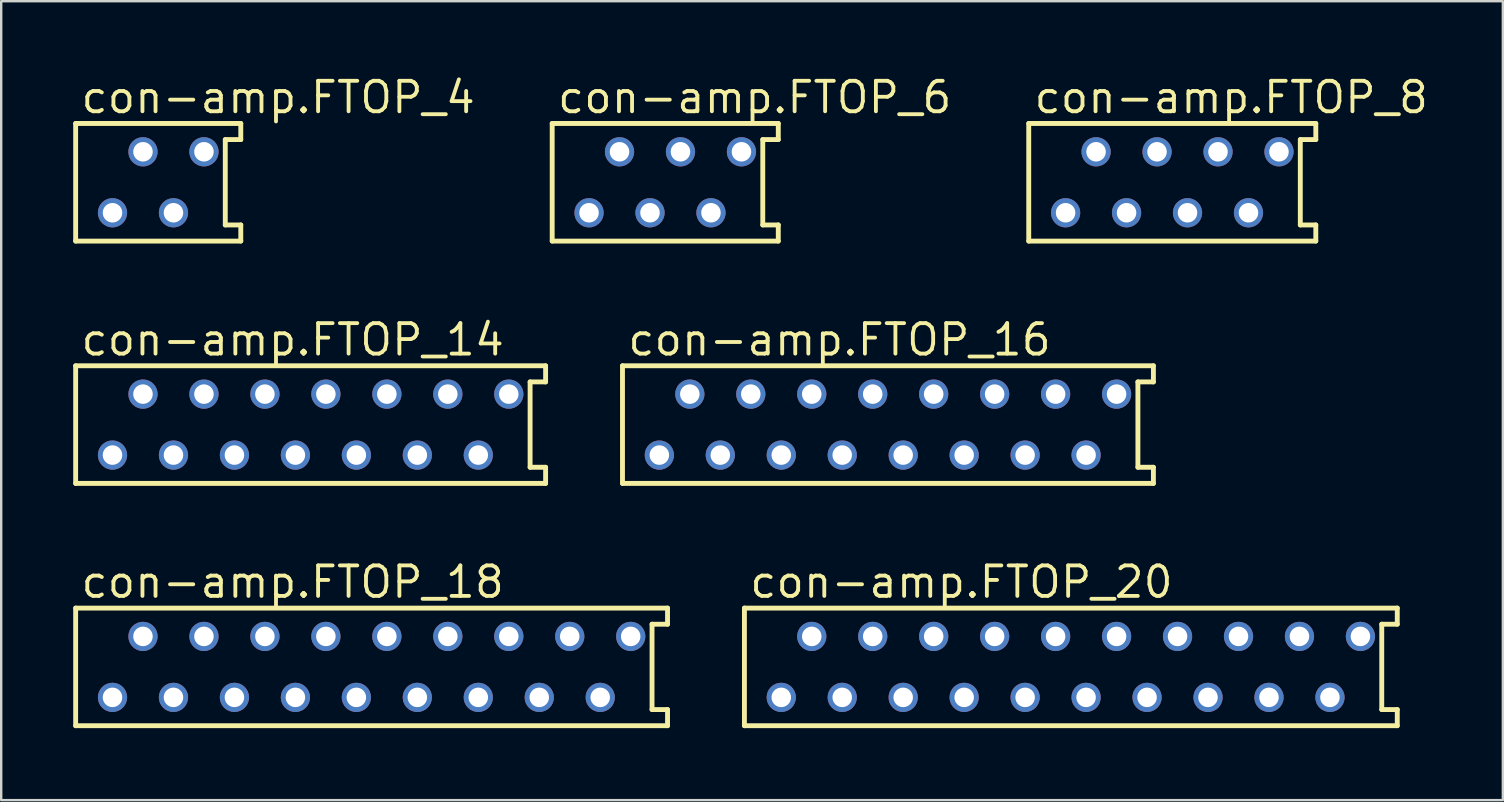
<source format=kicad_pcb>
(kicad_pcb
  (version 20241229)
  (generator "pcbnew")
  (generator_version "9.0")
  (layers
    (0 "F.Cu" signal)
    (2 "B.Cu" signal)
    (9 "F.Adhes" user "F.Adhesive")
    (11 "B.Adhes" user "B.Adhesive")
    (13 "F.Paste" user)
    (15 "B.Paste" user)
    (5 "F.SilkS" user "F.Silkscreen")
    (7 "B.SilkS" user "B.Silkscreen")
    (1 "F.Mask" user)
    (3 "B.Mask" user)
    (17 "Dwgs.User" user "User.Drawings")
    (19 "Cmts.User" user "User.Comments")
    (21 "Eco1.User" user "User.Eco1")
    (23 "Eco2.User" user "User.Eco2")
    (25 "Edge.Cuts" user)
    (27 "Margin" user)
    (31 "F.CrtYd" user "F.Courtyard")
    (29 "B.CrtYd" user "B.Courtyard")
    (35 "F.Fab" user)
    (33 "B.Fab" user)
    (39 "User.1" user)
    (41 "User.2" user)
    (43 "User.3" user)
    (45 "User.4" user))
  (footprint "con-amp.FTOP_8"
    (layer "F.Cu")
    (at 45.791 4.544)
    (property "Reference" "con-amp.FTOP_8" (at -5.842 -2.794 0) (layer "F.SilkS") (effects (font (size 1.27 1.27) (thickness 0.16)) (justify left bottom)))
    (attr through_hole)
    (fp_line (start -5.98 -2.45) (end -5.98 2.45) (stroke (width 0.203) (type default)) (layer "F.SilkS"))
    (fp_line (start -5.98 2.45) (end 5.98 2.45) (stroke (width 0.203) (type default)) (layer "F.SilkS"))
    (fp_line (start 5.334 -1.778) (end 5.98 -1.778) (stroke (width 0.203) (type default)) (layer "F.SilkS"))
    (fp_line (start 5.334 1.778) (end 5.334 -1.778) (stroke (width 0.203) (type default)) (layer "F.SilkS"))
    (fp_line (start 5.98 -2.45) (end -5.98 -2.45) (stroke (width 0.203) (type default)) (layer "F.SilkS"))
    (fp_line (start 5.98 -1.778) (end 5.98 -2.45) (stroke (width 0.203) (type default)) (layer "F.SilkS"))
    (fp_line (start 5.98 1.778) (end 5.334 1.778) (stroke (width 0.203) (type default)) (layer "F.SilkS"))
    (fp_line (start 5.98 2.45) (end 5.98 1.778) (stroke (width 0.203) (type default)) (layer "F.SilkS"))
    (pad "1" thru_hole circle (at -4.445 1.27) (size 1.219 1.219) (drill 0.813) (layers "*.Cu" "*.Mask"))
    (pad "2" thru_hole circle (at -3.175 -1.27) (size 1.219 1.219) (drill 0.813) (layers "*.Cu" "*.Mask"))
    (pad "3" thru_hole circle (at -1.905 1.27) (size 1.219 1.219) (drill 0.813) (layers "*.Cu" "*.Mask"))
    (pad "4" thru_hole circle (at -0.635 -1.27) (size 1.219 1.219) (drill 0.813) (layers "*.Cu" "*.Mask"))
    (pad "5" thru_hole circle (at 0.635 1.27) (size 1.219 1.219) (drill 0.813) (layers "*.Cu" "*.Mask"))
    (pad "6" thru_hole circle (at 1.905 -1.27) (size 1.219 1.219) (drill 0.813) (layers "*.Cu" "*.Mask"))
    (pad "7" thru_hole circle (at 3.175 1.27) (size 1.219 1.219) (drill 0.813) (layers "*.Cu" "*.Mask"))
    (pad "8" thru_hole circle (at 4.445 -1.27) (size 1.219 1.219) (drill 0.813) (layers "*.Cu" "*.Mask")))
  (footprint "con-amp.FTOP_20"
    (layer "F.Cu")
    (at 41.565 24.735)
    (property "Reference" "con-amp.FTOP_20" (at -13.462 -2.794 0) (layer "F.SilkS") (effects (font (size 1.27 1.27) (thickness 0.16)) (justify left bottom)))
    (attr through_hole)
    (fp_line (start -13.6 -2.45) (end -13.6 2.45) (stroke (width 0.203) (type default)) (layer "F.SilkS"))
    (fp_line (start -13.6 2.45) (end 13.6 2.45) (stroke (width 0.203) (type default)) (layer "F.SilkS"))
    (fp_line (start 12.954 -1.778) (end 13.6 -1.778) (stroke (width 0.203) (type default)) (layer "F.SilkS"))
    (fp_line (start 12.954 1.778) (end 12.954 -1.778) (stroke (width 0.203) (type default)) (layer "F.SilkS"))
    (fp_line (start 13.6 -2.45) (end -13.6 -2.45) (stroke (width 0.203) (type default)) (layer "F.SilkS"))
    (fp_line (start 13.6 -1.778) (end 13.6 -2.45) (stroke (width 0.203) (type default)) (layer "F.SilkS"))
    (fp_line (start 13.6 1.778) (end 12.954 1.778) (stroke (width 0.203) (type default)) (layer "F.SilkS"))
    (fp_line (start 13.6 2.45) (end 13.6 1.778) (stroke (width 0.203) (type default)) (layer "F.SilkS"))
    (pad "1" thru_hole circle (at -12.065 1.27) (size 1.219 1.219) (drill 0.813) (layers "*.Cu" "*.Mask"))
    (pad "2" thru_hole circle (at -10.795 -1.27) (size 1.219 1.219) (drill 0.813) (layers "*.Cu" "*.Mask"))
    (pad "3" thru_hole circle (at -9.525 1.27) (size 1.219 1.219) (drill 0.813) (layers "*.Cu" "*.Mask"))
    (pad "4" thru_hole circle (at -8.255 -1.27) (size 1.219 1.219) (drill 0.813) (layers "*.Cu" "*.Mask"))
    (pad "5" thru_hole circle (at -6.985 1.27) (size 1.219 1.219) (drill 0.813) (layers "*.Cu" "*.Mask"))
    (pad "6" thru_hole circle (at -5.715 -1.27) (size 1.219 1.219) (drill 0.813) (layers "*.Cu" "*.Mask"))
    (pad "7" thru_hole circle (at -4.445 1.27) (size 1.219 1.219) (drill 0.813) (layers "*.Cu" "*.Mask"))
    (pad "8" thru_hole circle (at -3.175 -1.27) (size 1.219 1.219) (drill 0.813) (layers "*.Cu" "*.Mask"))
    (pad "9" thru_hole circle (at -1.905 1.27) (size 1.219 1.219) (drill 0.813) (layers "*.Cu" "*.Mask"))
    (pad "10" thru_hole circle (at -0.635 -1.27) (size 1.219 1.219) (drill 0.813) (layers "*.Cu" "*.Mask"))
    (pad "11" thru_hole circle (at 0.635 1.27) (size 1.219 1.219) (drill 0.813) (layers "*.Cu" "*.Mask"))
    (pad "12" thru_hole circle (at 1.905 -1.27) (size 1.219 1.219) (drill 0.813) (layers "*.Cu" "*.Mask"))
    (pad "13" thru_hole circle (at 3.175 1.27) (size 1.219 1.219) (drill 0.813) (layers "*.Cu" "*.Mask"))
    (pad "14" thru_hole circle (at 4.445 -1.27) (size 1.219 1.219) (drill 0.813) (layers "*.Cu" "*.Mask"))
    (pad "15" thru_hole circle (at 5.715 1.27) (size 1.219 1.219) (drill 0.813) (layers "*.Cu" "*.Mask"))
    (pad "16" thru_hole circle (at 6.985 -1.27) (size 1.219 1.219) (drill 0.813) (layers "*.Cu" "*.Mask"))
    (pad "17" thru_hole circle (at 8.255 1.27) (size 1.219 1.219) (drill 0.813) (layers "*.Cu" "*.Mask"))
    (pad "18" thru_hole circle (at 9.525 -1.27) (size 1.219 1.219) (drill 0.813) (layers "*.Cu" "*.Mask"))
    (pad "19" thru_hole circle (at 10.795 1.27) (size 1.219 1.219) (drill 0.813) (layers "*.Cu" "*.Mask"))
    (pad "20" thru_hole circle (at 12.065 -1.27) (size 1.219 1.219) (drill 0.813) (layers "*.Cu" "*.Mask")))
  (footprint "con-amp.FTOP_14"
    (layer "F.Cu")
    (at 9.892 14.64)
    (property "Reference" "con-amp.FTOP_14" (at -9.652 -2.794 0) (layer "F.SilkS") (effects (font (size 1.27 1.27) (thickness 0.16)) (justify left bottom)))
    (attr through_hole)
    (fp_line (start -9.79 -2.45) (end -9.79 2.45) (stroke (width 0.203) (type default)) (layer "F.SilkS"))
    (fp_line (start -9.79 2.45) (end 9.79 2.45) (stroke (width 0.203) (type default)) (layer "F.SilkS"))
    (fp_line (start 9.144 -1.778) (end 9.79 -1.778) (stroke (width 0.203) (type default)) (layer "F.SilkS"))
    (fp_line (start 9.144 1.778) (end 9.144 -1.778) (stroke (width 0.203) (type default)) (layer "F.SilkS"))
    (fp_line (start 9.79 -2.45) (end -9.79 -2.45) (stroke (width 0.203) (type default)) (layer "F.SilkS"))
    (fp_line (start 9.79 -1.778) (end 9.79 -2.45) (stroke (width 0.203) (type default)) (layer "F.SilkS"))
    (fp_line (start 9.79 1.778) (end 9.144 1.778) (stroke (width 0.203) (type default)) (layer "F.SilkS"))
    (fp_line (start 9.79 2.45) (end 9.79 1.778) (stroke (width 0.203) (type default)) (layer "F.SilkS"))
    (pad "1" thru_hole circle (at -8.255 1.27) (size 1.219 1.219) (drill 0.813) (layers "*.Cu" "*.Mask"))
    (pad "2" thru_hole circle (at -6.985 -1.27) (size 1.219 1.219) (drill 0.813) (layers "*.Cu" "*.Mask"))
    (pad "3" thru_hole circle (at -5.715 1.27) (size 1.219 1.219) (drill 0.813) (layers "*.Cu" "*.Mask"))
    (pad "4" thru_hole circle (at -4.445 -1.27) (size 1.219 1.219) (drill 0.813) (layers "*.Cu" "*.Mask"))
    (pad "5" thru_hole circle (at -3.175 1.27) (size 1.219 1.219) (drill 0.813) (layers "*.Cu" "*.Mask"))
    (pad "6" thru_hole circle (at -1.905 -1.27) (size 1.219 1.219) (drill 0.813) (layers "*.Cu" "*.Mask"))
    (pad "7" thru_hole circle (at -0.635 1.27) (size 1.219 1.219) (drill 0.813) (layers "*.Cu" "*.Mask"))
    (pad "8" thru_hole circle (at 0.635 -1.27) (size 1.219 1.219) (drill 0.813) (layers "*.Cu" "*.Mask"))
    (pad "9" thru_hole circle (at 1.905 1.27) (size 1.219 1.219) (drill 0.813) (layers "*.Cu" "*.Mask"))
    (pad "10" thru_hole circle (at 3.175 -1.27) (size 1.219 1.219) (drill 0.813) (layers "*.Cu" "*.Mask"))
    (pad "11" thru_hole circle (at 4.445 1.27) (size 1.219 1.219) (drill 0.813) (layers "*.Cu" "*.Mask"))
    (pad "12" thru_hole circle (at 5.715 -1.27) (size 1.219 1.219) (drill 0.813) (layers "*.Cu" "*.Mask"))
    (pad "13" thru_hole circle (at 6.985 1.27) (size 1.219 1.219) (drill 0.813) (layers "*.Cu" "*.Mask"))
    (pad "14" thru_hole circle (at 8.255 -1.27) (size 1.219 1.219) (drill 0.813) (layers "*.Cu" "*.Mask")))
  (footprint "con-amp.FTOP_18"
    (layer "F.Cu")
    (at 12.432 24.735)
    (property "Reference" "con-amp.FTOP_18" (at -12.192 -2.794 0) (layer "F.SilkS") (effects (font (size 1.27 1.27) (thickness 0.16)) (justify left bottom)))
    (attr through_hole)
    (fp_line (start -12.33 -2.45) (end -12.33 2.45) (stroke (width 0.203) (type default)) (layer "F.SilkS"))
    (fp_line (start -12.33 2.45) (end 12.33 2.45) (stroke (width 0.203) (type default)) (layer "F.SilkS"))
    (fp_line (start 11.684 -1.778) (end 12.33 -1.778) (stroke (width 0.203) (type default)) (layer "F.SilkS"))
    (fp_line (start 11.684 1.778) (end 11.684 -1.778) (stroke (width 0.203) (type default)) (layer "F.SilkS"))
    (fp_line (start 12.33 -2.45) (end -12.33 -2.45) (stroke (width 0.203) (type default)) (layer "F.SilkS"))
    (fp_line (start 12.33 -1.778) (end 12.33 -2.45) (stroke (width 0.203) (type default)) (layer "F.SilkS"))
    (fp_line (start 12.33 1.778) (end 11.684 1.778) (stroke (width 0.203) (type default)) (layer "F.SilkS"))
    (fp_line (start 12.33 2.45) (end 12.33 1.778) (stroke (width 0.203) (type default)) (layer "F.SilkS"))
    (pad "1" thru_hole circle (at -10.795 1.27) (size 1.219 1.219) (drill 0.813) (layers "*.Cu" "*.Mask"))
    (pad "2" thru_hole circle (at -9.525 -1.27) (size 1.219 1.219) (drill 0.813) (layers "*.Cu" "*.Mask"))
    (pad "3" thru_hole circle (at -8.255 1.27) (size 1.219 1.219) (drill 0.813) (layers "*.Cu" "*.Mask"))
    (pad "4" thru_hole circle (at -6.985 -1.27) (size 1.219 1.219) (drill 0.813) (layers "*.Cu" "*.Mask"))
    (pad "5" thru_hole circle (at -5.715 1.27) (size 1.219 1.219) (drill 0.813) (layers "*.Cu" "*.Mask"))
    (pad "6" thru_hole circle (at -4.445 -1.27) (size 1.219 1.219) (drill 0.813) (layers "*.Cu" "*.Mask"))
    (pad "7" thru_hole circle (at -3.175 1.27) (size 1.219 1.219) (drill 0.813) (layers "*.Cu" "*.Mask"))
    (pad "8" thru_hole circle (at -1.905 -1.27) (size 1.219 1.219) (drill 0.813) (layers "*.Cu" "*.Mask"))
    (pad "9" thru_hole circle (at -0.635 1.27) (size 1.219 1.219) (drill 0.813) (layers "*.Cu" "*.Mask"))
    (pad "10" thru_hole circle (at 0.635 -1.27) (size 1.219 1.219) (drill 0.813) (layers "*.Cu" "*.Mask"))
    (pad "11" thru_hole circle (at 1.905 1.27) (size 1.219 1.219) (drill 0.813) (layers "*.Cu" "*.Mask"))
    (pad "12" thru_hole circle (at 3.175 -1.27) (size 1.219 1.219) (drill 0.813) (layers "*.Cu" "*.Mask"))
    (pad "13" thru_hole circle (at 4.445 1.27) (size 1.219 1.219) (drill 0.813) (layers "*.Cu" "*.Mask"))
    (pad "14" thru_hole circle (at 5.715 -1.27) (size 1.219 1.219) (drill 0.813) (layers "*.Cu" "*.Mask"))
    (pad "15" thru_hole circle (at 6.985 1.27) (size 1.219 1.219) (drill 0.813) (layers "*.Cu" "*.Mask"))
    (pad "16" thru_hole circle (at 8.255 -1.27) (size 1.219 1.219) (drill 0.813) (layers "*.Cu" "*.Mask"))
    (pad "17" thru_hole circle (at 9.525 1.27) (size 1.219 1.219) (drill 0.813) (layers "*.Cu" "*.Mask"))
    (pad "18" thru_hole circle (at 10.795 -1.27) (size 1.219 1.219) (drill 0.813) (layers "*.Cu" "*.Mask")))
  (footprint "con-amp.FTOP_6"
    (layer "F.Cu")
    (at 24.666 4.544)
    (property "Reference" "con-amp.FTOP_6" (at -4.572 -2.794 0) (layer "F.SilkS") (effects (font (size 1.27 1.27) (thickness 0.16)) (justify left bottom)))
    (attr through_hole)
    (fp_line (start -4.71 -2.45) (end -4.71 2.45) (stroke (width 0.203) (type default)) (layer "F.SilkS"))
    (fp_line (start -4.71 2.45) (end 4.71 2.45) (stroke (width 0.203) (type default)) (layer "F.SilkS"))
    (fp_line (start 4.064 -1.778) (end 4.71 -1.778) (stroke (width 0.203) (type default)) (layer "F.SilkS"))
    (fp_line (start 4.064 1.778) (end 4.064 -1.778) (stroke (width 0.203) (type default)) (layer "F.SilkS"))
    (fp_line (start 4.71 -2.45) (end -4.71 -2.45) (stroke (width 0.203) (type default)) (layer "F.SilkS"))
    (fp_line (start 4.71 -1.778) (end 4.71 -2.45) (stroke (width 0.203) (type default)) (layer "F.SilkS"))
    (fp_line (start 4.71 1.778) (end 4.064 1.778) (stroke (width 0.203) (type default)) (layer "F.SilkS"))
    (fp_line (start 4.71 2.45) (end 4.71 1.778) (stroke (width 0.203) (type default)) (layer "F.SilkS"))
    (pad "1" thru_hole circle (at -3.175 1.27) (size 1.219 1.219) (drill 0.813) (layers "*.Cu" "*.Mask"))
    (pad "2" thru_hole circle (at -1.905 -1.27) (size 1.219 1.219) (drill 0.813) (layers "*.Cu" "*.Mask"))
    (pad "3" thru_hole circle (at -0.635 1.27) (size 1.219 1.219) (drill 0.813) (layers "*.Cu" "*.Mask"))
    (pad "4" thru_hole circle (at 0.635 -1.27) (size 1.219 1.219) (drill 0.813) (layers "*.Cu" "*.Mask"))
    (pad "5" thru_hole circle (at 1.905 1.27) (size 1.219 1.219) (drill 0.813) (layers "*.Cu" "*.Mask"))
    (pad "6" thru_hole circle (at 3.175 -1.27) (size 1.219 1.219) (drill 0.813) (layers "*.Cu" "*.Mask")))
  (footprint "con-amp.FTOP_4"
    (layer "F.Cu")
    (at 3.542 4.544)
    (property "Reference" "con-amp.FTOP_4" (at -3.302 -2.794 0) (layer "F.SilkS") (effects (font (size 1.27 1.27) (thickness 0.16)) (justify left bottom)))
    (attr through_hole)
    (fp_line (start -3.44 -2.45) (end -3.44 2.45) (stroke (width 0.203) (type default)) (layer "F.SilkS"))
    (fp_line (start -3.44 2.45) (end 3.44 2.45) (stroke (width 0.203) (type default)) (layer "F.SilkS"))
    (fp_line (start 2.794 -1.778) (end 3.44 -1.778) (stroke (width 0.203) (type default)) (layer "F.SilkS"))
    (fp_line (start 2.794 1.778) (end 2.794 -1.778) (stroke (width 0.203) (type default)) (layer "F.SilkS"))
    (fp_line (start 3.44 -2.45) (end -3.44 -2.45) (stroke (width 0.203) (type default)) (layer "F.SilkS"))
    (fp_line (start 3.44 -1.778) (end 3.44 -2.45) (stroke (width 0.203) (type default)) (layer "F.SilkS"))
    (fp_line (start 3.44 1.778) (end 2.794 1.778) (stroke (width 0.203) (type default)) (layer "F.SilkS"))
    (fp_line (start 3.44 2.45) (end 3.44 1.778) (stroke (width 0.203) (type default)) (layer "F.SilkS"))
    (pad "1" thru_hole circle (at -1.905 1.27) (size 1.219 1.219) (drill 0.813) (layers "*.Cu" "*.Mask"))
    (pad "2" thru_hole circle (at -0.635 -1.27) (size 1.219 1.219) (drill 0.813) (layers "*.Cu" "*.Mask"))
    (pad "3" thru_hole circle (at 0.635 1.27) (size 1.219 1.219) (drill 0.813) (layers "*.Cu" "*.Mask"))
    (pad "4" thru_hole circle (at 1.905 -1.27) (size 1.219 1.219) (drill 0.813) (layers "*.Cu" "*.Mask")))
  (footprint "con-amp.FTOP_16"
    (layer "F.Cu")
    (at 33.945 14.64)
    (property "Reference" "con-amp.FTOP_16" (at -10.922 -2.794 0) (layer "F.SilkS") (effects (font (size 1.27 1.27) (thickness 0.16)) (justify left bottom)))
    (attr through_hole)
    (fp_line (start -11.06 -2.45) (end -11.06 2.45) (stroke (width 0.203) (type default)) (layer "F.SilkS"))
    (fp_line (start -11.06 2.45) (end 11.06 2.45) (stroke (width 0.203) (type default)) (layer "F.SilkS"))
    (fp_line (start 10.414 -1.778) (end 11.06 -1.778) (stroke (width 0.203) (type default)) (layer "F.SilkS"))
    (fp_line (start 10.414 1.778) (end 10.414 -1.778) (stroke (width 0.203) (type default)) (layer "F.SilkS"))
    (fp_line (start 11.06 -2.45) (end -11.06 -2.45) (stroke (width 0.203) (type default)) (layer "F.SilkS"))
    (fp_line (start 11.06 -1.778) (end 11.06 -2.45) (stroke (width 0.203) (type default)) (layer "F.SilkS"))
    (fp_line (start 11.06 1.778) (end 10.414 1.778) (stroke (width 0.203) (type default)) (layer "F.SilkS"))
    (fp_line (start 11.06 2.45) (end 11.06 1.778) (stroke (width 0.203) (type default)) (layer "F.SilkS"))
    (pad "1" thru_hole circle (at -9.525 1.27) (size 1.219 1.219) (drill 0.813) (layers "*.Cu" "*.Mask"))
    (pad "2" thru_hole circle (at -8.255 -1.27) (size 1.219 1.219) (drill 0.813) (layers "*.Cu" "*.Mask"))
    (pad "3" thru_hole circle (at -6.985 1.27) (size 1.219 1.219) (drill 0.813) (layers "*.Cu" "*.Mask"))
    (pad "4" thru_hole circle (at -5.715 -1.27) (size 1.219 1.219) (drill 0.813) (layers "*.Cu" "*.Mask"))
    (pad "5" thru_hole circle (at -4.445 1.27) (size 1.219 1.219) (drill 0.813) (layers "*.Cu" "*.Mask"))
    (pad "6" thru_hole circle (at -3.175 -1.27) (size 1.219 1.219) (drill 0.813) (layers "*.Cu" "*.Mask"))
    (pad "7" thru_hole circle (at -1.905 1.27) (size 1.219 1.219) (drill 0.813) (layers "*.Cu" "*.Mask"))
    (pad "8" thru_hole circle (at -0.635 -1.27) (size 1.219 1.219) (drill 0.813) (layers "*.Cu" "*.Mask"))
    (pad "9" thru_hole circle (at 0.635 1.27) (size 1.219 1.219) (drill 0.813) (layers "*.Cu" "*.Mask"))
    (pad "10" thru_hole circle (at 1.905 -1.27) (size 1.219 1.219) (drill 0.813) (layers "*.Cu" "*.Mask"))
    (pad "11" thru_hole circle (at 3.175 1.27) (size 1.219 1.219) (drill 0.813) (layers "*.Cu" "*.Mask"))
    (pad "12" thru_hole circle (at 4.445 -1.27) (size 1.219 1.219) (drill 0.813) (layers "*.Cu" "*.Mask"))
    (pad "13" thru_hole circle (at 5.715 1.27) (size 1.219 1.219) (drill 0.813) (layers "*.Cu" "*.Mask"))
    (pad "14" thru_hole circle (at 6.985 -1.27) (size 1.219 1.219) (drill 0.813) (layers "*.Cu" "*.Mask"))
    (pad "15" thru_hole circle (at 8.255 1.27) (size 1.219 1.219) (drill 0.813) (layers "*.Cu" "*.Mask"))
    (pad "16" thru_hole circle (at 9.525 -1.27) (size 1.219 1.219) (drill 0.813) (layers "*.Cu" "*.Mask")))
  (gr_rect
    (start -3 -3)
    (end 59.564 30.287)
    (stroke (width 0.1) (type default))
    (fill no)
    (layer "Edge.Cuts")))
</source>
